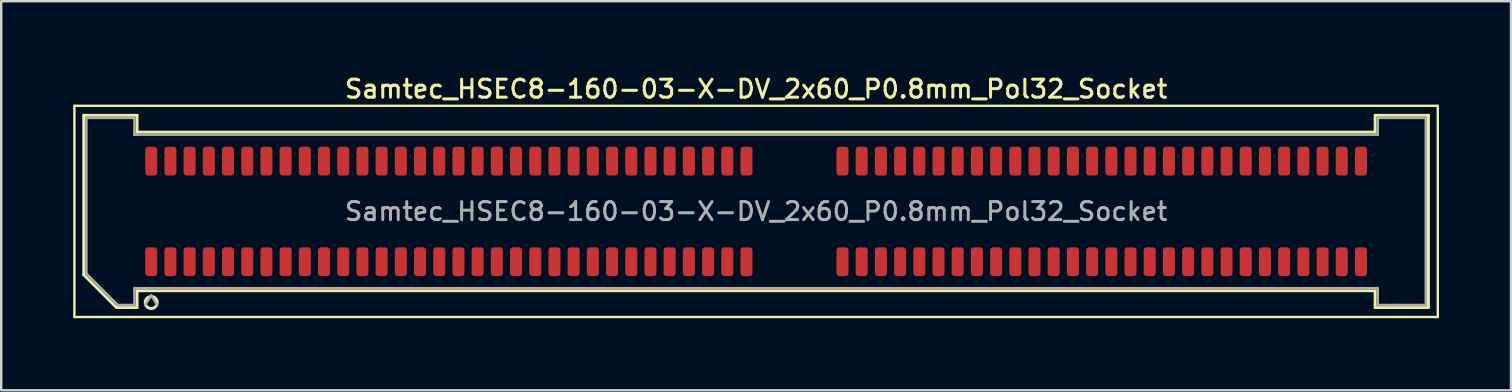
<source format=kicad_pcb>
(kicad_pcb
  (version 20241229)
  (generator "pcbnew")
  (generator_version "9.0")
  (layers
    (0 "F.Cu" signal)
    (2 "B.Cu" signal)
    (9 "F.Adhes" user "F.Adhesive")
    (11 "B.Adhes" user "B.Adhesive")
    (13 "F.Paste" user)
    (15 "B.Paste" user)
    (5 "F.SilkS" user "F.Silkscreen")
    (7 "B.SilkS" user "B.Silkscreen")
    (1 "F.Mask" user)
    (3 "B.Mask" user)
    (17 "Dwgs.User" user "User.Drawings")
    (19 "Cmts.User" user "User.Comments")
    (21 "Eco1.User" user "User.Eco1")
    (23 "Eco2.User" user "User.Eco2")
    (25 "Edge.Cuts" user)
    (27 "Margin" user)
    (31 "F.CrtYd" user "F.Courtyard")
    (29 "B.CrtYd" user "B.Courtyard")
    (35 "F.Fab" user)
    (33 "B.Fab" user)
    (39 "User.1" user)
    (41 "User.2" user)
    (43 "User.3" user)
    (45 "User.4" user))
  (footprint "Samtec_HSEC8-160-03-X-DV_2x60_P0.8mm_Pol32_Socket"
    (layer "F.Cu")
    (at 28.45 5.758)
    (property "Reference" "Samtec_HSEC8-160-03-X-DV_2x60_P0.8mm_Pol32_Socket" (at 0 -5.1 0) (layer "F.SilkS") (effects (font (size 0.75 0.75) (thickness 0.125))))
    (attr smd)
    (fp_line (start -28.4 -4.4) (end -28.4 4.4) (stroke (width 0.1) (type solid)) (layer "F.SilkS"))
    (fp_line (start -28.4 4.4) (end 28.4 4.4) (stroke (width 0.1) (type solid)) (layer "F.SilkS"))
    (fp_line (start -28.01 -4.005) (end -25.79 -4.005) (stroke (width 0.12) (type solid)) (layer "F.SilkS"))
    (fp_line (start -28.01 2.641) (end -28.01 -4.005) (stroke (width 0.12) (type solid)) (layer "F.SilkS"))
    (fp_line (start -26.646 4.005) (end -28.01 2.641) (stroke (width 0.12) (type solid)) (layer "F.SilkS"))
    (fp_line (start -25.79 -4.005) (end -25.79 -3.305) (stroke (width 0.12) (type solid)) (layer "F.SilkS"))
    (fp_line (start -25.79 -3.305) (end 25.79 -3.305) (stroke (width 0.12) (type solid)) (layer "F.SilkS"))
    (fp_line (start -25.79 3.305) (end -25.79 4.005) (stroke (width 0.12) (type solid)) (layer "F.SilkS"))
    (fp_line (start -25.79 4.005) (end -26.646 4.005) (stroke (width 0.12) (type solid)) (layer "F.SilkS"))
    (fp_line (start 25.79 -4.005) (end 28.01 -4.005) (stroke (width 0.12) (type solid)) (layer "F.SilkS"))
    (fp_line (start 25.79 -3.305) (end 25.79 -4.005) (stroke (width 0.12) (type solid)) (layer "F.SilkS"))
    (fp_line (start 25.79 3.305) (end -25.79 3.305) (stroke (width 0.12) (type solid)) (layer "F.SilkS"))
    (fp_line (start 25.79 4.005) (end 25.79 3.305) (stroke (width 0.12) (type solid)) (layer "F.SilkS"))
    (fp_line (start 28.01 -4.005) (end 28.01 4.005) (stroke (width 0.12) (type solid)) (layer "F.SilkS"))
    (fp_line (start 28.01 4.005) (end 25.79 4.005) (stroke (width 0.12) (type solid)) (layer "F.SilkS"))
    (fp_line (start 28.4 -4.4) (end -28.4 -4.4) (stroke (width 0.1) (type solid)) (layer "F.SilkS"))
    (fp_line (start 28.4 4.4) (end 28.4 -4.4) (stroke (width 0.1) (type solid)) (layer "F.SilkS"))
    (fp_arc (start -24.95 3.795) (mid -25.45 3.795) (end -24.95 3.795) (stroke (width 0.12) (type solid)) (layer "F.SilkS"))
    (fp_line (start -27.9 -3.895) (end -25.9 -3.895) (stroke (width 0.1) (type solid)) (layer "F.Fab"))
    (fp_line (start -27.9 2.595) (end -27.9 -3.895) (stroke (width 0.1) (type solid)) (layer "F.Fab"))
    (fp_line (start -26.6 3.895) (end -27.9 2.595) (stroke (width 0.1) (type solid)) (layer "F.Fab"))
    (fp_line (start -25.9 -3.895) (end -25.9 -3.195) (stroke (width 0.1) (type solid)) (layer "F.Fab"))
    (fp_line (start -25.9 -3.195) (end 25.9 -3.195) (stroke (width 0.1) (type solid)) (layer "F.Fab"))
    (fp_line (start -25.9 3.195) (end -25.9 3.895) (stroke (width 0.1) (type solid)) (layer "F.Fab"))
    (fp_line (start -25.9 3.895) (end -26.6 3.895) (stroke (width 0.1) (type solid)) (layer "F.Fab"))
    (fp_line (start -25.2 3.495) (end -25.45 3.895) (stroke (width 0.1) (type solid)) (layer "F.Fab"))
    (fp_line (start -25.2 3.495) (end -24.95 3.895) (stroke (width 0.1) (type solid)) (layer "F.Fab"))
    (fp_line (start 25.9 -3.895) (end 27.9 -3.895) (stroke (width 0.1) (type solid)) (layer "F.Fab"))
    (fp_line (start 25.9 -3.195) (end 25.9 -3.895) (stroke (width 0.1) (type solid)) (layer "F.Fab"))
    (fp_line (start 25.9 3.195) (end -25.9 3.195) (stroke (width 0.1) (type solid)) (layer "F.Fab"))
    (fp_line (start 25.9 3.895) (end 25.9 3.195) (stroke (width 0.1) (type solid)) (layer "F.Fab"))
    (fp_line (start 27.9 -3.895) (end 27.9 3.895) (stroke (width 0.1) (type solid)) (layer "F.Fab"))
    (fp_line (start 27.9 3.895) (end 25.9 3.895) (stroke (width 0.1) (type solid)) (layer "F.Fab"))
    (fp_text user "${REFERENCE}" (at 0 0 0) (layer "F.Fab") (effects (font (size 0.75 0.75) (thickness 0.125))))
    (pad "1" smd roundrect (at -25.2 2.095) (size 0.5 1.2) (layers "F.Cu" "F.Mask" "F.Paste") (roundrect_rratio 0.25))
    (pad "2" smd roundrect (at -25.2 -2.095) (size 0.5 1.2) (layers "F.Cu" "F.Mask" "F.Paste") (roundrect_rratio 0.25))
    (pad "3" smd roundrect (at -24.4 2.095) (size 0.5 1.2) (layers "F.Cu" "F.Mask" "F.Paste") (roundrect_rratio 0.25))
    (pad "4" smd roundrect (at -24.4 -2.095) (size 0.5 1.2) (layers "F.Cu" "F.Mask" "F.Paste") (roundrect_rratio 0.25))
    (pad "5" smd roundrect (at -23.6 2.095) (size 0.5 1.2) (layers "F.Cu" "F.Mask" "F.Paste") (roundrect_rratio 0.25))
    (pad "6" smd roundrect (at -23.6 -2.095) (size 0.5 1.2) (layers "F.Cu" "F.Mask" "F.Paste") (roundrect_rratio 0.25))
    (pad "7" smd roundrect (at -22.8 2.095) (size 0.5 1.2) (layers "F.Cu" "F.Mask" "F.Paste") (roundrect_rratio 0.25))
    (pad "8" smd roundrect (at -22.8 -2.095) (size 0.5 1.2) (layers "F.Cu" "F.Mask" "F.Paste") (roundrect_rratio 0.25))
    (pad "9" smd roundrect (at -22 2.095) (size 0.5 1.2) (layers "F.Cu" "F.Mask" "F.Paste") (roundrect_rratio 0.25))
    (pad "10" smd roundrect (at -22 -2.095) (size 0.5 1.2) (layers "F.Cu" "F.Mask" "F.Paste") (roundrect_rratio 0.25))
    (pad "11" smd roundrect (at -21.2 2.095) (size 0.5 1.2) (layers "F.Cu" "F.Mask" "F.Paste") (roundrect_rratio 0.25))
    (pad "12" smd roundrect (at -21.2 -2.095) (size 0.5 1.2) (layers "F.Cu" "F.Mask" "F.Paste") (roundrect_rratio 0.25))
    (pad "13" smd roundrect (at -20.4 2.095) (size 0.5 1.2) (layers "F.Cu" "F.Mask" "F.Paste") (roundrect_rratio 0.25))
    (pad "14" smd roundrect (at -20.4 -2.095) (size 0.5 1.2) (layers "F.Cu" "F.Mask" "F.Paste") (roundrect_rratio 0.25))
    (pad "15" smd roundrect (at -19.6 2.095) (size 0.5 1.2) (layers "F.Cu" "F.Mask" "F.Paste") (roundrect_rratio 0.25))
    (pad "16" smd roundrect (at -19.6 -2.095) (size 0.5 1.2) (layers "F.Cu" "F.Mask" "F.Paste") (roundrect_rratio 0.25))
    (pad "17" smd roundrect (at -18.8 2.095) (size 0.5 1.2) (layers "F.Cu" "F.Mask" "F.Paste") (roundrect_rratio 0.25))
    (pad "18" smd roundrect (at -18.8 -2.095) (size 0.5 1.2) (layers "F.Cu" "F.Mask" "F.Paste") (roundrect_rratio 0.25))
    (pad "19" smd roundrect (at -18 2.095) (size 0.5 1.2) (layers "F.Cu" "F.Mask" "F.Paste") (roundrect_rratio 0.25))
    (pad "20" smd roundrect (at -18 -2.095) (size 0.5 1.2) (layers "F.Cu" "F.Mask" "F.Paste") (roundrect_rratio 0.25))
    (pad "21" smd roundrect (at -17.2 2.095) (size 0.5 1.2) (layers "F.Cu" "F.Mask" "F.Paste") (roundrect_rratio 0.25))
    (pad "22" smd roundrect (at -17.2 -2.095) (size 0.5 1.2) (layers "F.Cu" "F.Mask" "F.Paste") (roundrect_rratio 0.25))
    (pad "23" smd roundrect (at -16.4 2.095) (size 0.5 1.2) (layers "F.Cu" "F.Mask" "F.Paste") (roundrect_rratio 0.25))
    (pad "24" smd roundrect (at -16.4 -2.095) (size 0.5 1.2) (layers "F.Cu" "F.Mask" "F.Paste") (roundrect_rratio 0.25))
    (pad "25" smd roundrect (at -15.6 2.095) (size 0.5 1.2) (layers "F.Cu" "F.Mask" "F.Paste") (roundrect_rratio 0.25))
    (pad "26" smd roundrect (at -15.6 -2.095) (size 0.5 1.2) (layers "F.Cu" "F.Mask" "F.Paste") (roundrect_rratio 0.25))
    (pad "27" smd roundrect (at -14.8 2.095) (size 0.5 1.2) (layers "F.Cu" "F.Mask" "F.Paste") (roundrect_rratio 0.25))
    (pad "28" smd roundrect (at -14.8 -2.095) (size 0.5 1.2) (layers "F.Cu" "F.Mask" "F.Paste") (roundrect_rratio 0.25))
    (pad "29" smd roundrect (at -14 2.095) (size 0.5 1.2) (layers "F.Cu" "F.Mask" "F.Paste") (roundrect_rratio 0.25))
    (pad "30" smd roundrect (at -14 -2.095) (size 0.5 1.2) (layers "F.Cu" "F.Mask" "F.Paste") (roundrect_rratio 0.25))
    (pad "31" smd roundrect (at -13.2 2.095) (size 0.5 1.2) (layers "F.Cu" "F.Mask" "F.Paste") (roundrect_rratio 0.25))
    (pad "32" smd roundrect (at -13.2 -2.095) (size 0.5 1.2) (layers "F.Cu" "F.Mask" "F.Paste") (roundrect_rratio 0.25))
    (pad "33" smd roundrect (at -12.4 2.095) (size 0.5 1.2) (layers "F.Cu" "F.Mask" "F.Paste") (roundrect_rratio 0.25))
    (pad "34" smd roundrect (at -12.4 -2.095) (size 0.5 1.2) (layers "F.Cu" "F.Mask" "F.Paste") (roundrect_rratio 0.25))
    (pad "35" smd roundrect (at -11.6 2.095) (size 0.5 1.2) (layers "F.Cu" "F.Mask" "F.Paste") (roundrect_rratio 0.25))
    (pad "36" smd roundrect (at -11.6 -2.095) (size 0.5 1.2) (layers "F.Cu" "F.Mask" "F.Paste") (roundrect_rratio 0.25))
    (pad "37" smd roundrect (at -10.8 2.095) (size 0.5 1.2) (layers "F.Cu" "F.Mask" "F.Paste") (roundrect_rratio 0.25))
    (pad "38" smd roundrect (at -10.8 -2.095) (size 0.5 1.2) (layers "F.Cu" "F.Mask" "F.Paste") (roundrect_rratio 0.25))
    (pad "39" smd roundrect (at -10 2.095) (size 0.5 1.2) (layers "F.Cu" "F.Mask" "F.Paste") (roundrect_rratio 0.25))
    (pad "40" smd roundrect (at -10 -2.095) (size 0.5 1.2) (layers "F.Cu" "F.Mask" "F.Paste") (roundrect_rratio 0.25))
    (pad "41" smd roundrect (at -9.2 2.095) (size 0.5 1.2) (layers "F.Cu" "F.Mask" "F.Paste") (roundrect_rratio 0.25))
    (pad "42" smd roundrect (at -9.2 -2.095) (size 0.5 1.2) (layers "F.Cu" "F.Mask" "F.Paste") (roundrect_rratio 0.25))
    (pad "43" smd roundrect (at -8.4 2.095) (size 0.5 1.2) (layers "F.Cu" "F.Mask" "F.Paste") (roundrect_rratio 0.25))
    (pad "44" smd roundrect (at -8.4 -2.095) (size 0.5 1.2) (layers "F.Cu" "F.Mask" "F.Paste") (roundrect_rratio 0.25))
    (pad "45" smd roundrect (at -7.6 2.095) (size 0.5 1.2) (layers "F.Cu" "F.Mask" "F.Paste") (roundrect_rratio 0.25))
    (pad "46" smd roundrect (at -7.6 -2.095) (size 0.5 1.2) (layers "F.Cu" "F.Mask" "F.Paste") (roundrect_rratio 0.25))
    (pad "47" smd roundrect (at -6.8 2.095) (size 0.5 1.2) (layers "F.Cu" "F.Mask" "F.Paste") (roundrect_rratio 0.25))
    (pad "48" smd roundrect (at -6.8 -2.095) (size 0.5 1.2) (layers "F.Cu" "F.Mask" "F.Paste") (roundrect_rratio 0.25))
    (pad "49" smd roundrect (at -6 2.095) (size 0.5 1.2) (layers "F.Cu" "F.Mask" "F.Paste") (roundrect_rratio 0.25))
    (pad "50" smd roundrect (at -6 -2.095) (size 0.5 1.2) (layers "F.Cu" "F.Mask" "F.Paste") (roundrect_rratio 0.25))
    (pad "51" smd roundrect (at -5.2 2.095) (size 0.5 1.2) (layers "F.Cu" "F.Mask" "F.Paste") (roundrect_rratio 0.25))
    (pad "52" smd roundrect (at -5.2 -2.095) (size 0.5 1.2) (layers "F.Cu" "F.Mask" "F.Paste") (roundrect_rratio 0.25))
    (pad "53" smd roundrect (at -4.4 2.095) (size 0.5 1.2) (layers "F.Cu" "F.Mask" "F.Paste") (roundrect_rratio 0.25))
    (pad "54" smd roundrect (at -4.4 -2.095) (size 0.5 1.2) (layers "F.Cu" "F.Mask" "F.Paste") (roundrect_rratio 0.25))
    (pad "55" smd roundrect (at -3.6 2.095) (size 0.5 1.2) (layers "F.Cu" "F.Mask" "F.Paste") (roundrect_rratio 0.25))
    (pad "56" smd roundrect (at -3.6 -2.095) (size 0.5 1.2) (layers "F.Cu" "F.Mask" "F.Paste") (roundrect_rratio 0.25))
    (pad "57" smd roundrect (at -2.8 2.095) (size 0.5 1.2) (layers "F.Cu" "F.Mask" "F.Paste") (roundrect_rratio 0.25))
    (pad "58" smd roundrect (at -2.8 -2.095) (size 0.5 1.2) (layers "F.Cu" "F.Mask" "F.Paste") (roundrect_rratio 0.25))
    (pad "59" smd roundrect (at -2 2.095) (size 0.5 1.2) (layers "F.Cu" "F.Mask" "F.Paste") (roundrect_rratio 0.25))
    (pad "60" smd roundrect (at -2 -2.095) (size 0.5 1.2) (layers "F.Cu" "F.Mask" "F.Paste") (roundrect_rratio 0.25))
    (pad "61" smd roundrect (at -1.2 2.095) (size 0.5 1.2) (layers "F.Cu" "F.Mask" "F.Paste") (roundrect_rratio 0.25))
    (pad "62" smd roundrect (at -1.2 -2.095) (size 0.5 1.2) (layers "F.Cu" "F.Mask" "F.Paste") (roundrect_rratio 0.25))
    (pad "63" smd roundrect (at -0.4 2.095) (size 0.5 1.2) (layers "F.Cu" "F.Mask" "F.Paste") (roundrect_rratio 0.25))
    (pad "64" smd roundrect (at -0.4 -2.095) (size 0.5 1.2) (layers "F.Cu" "F.Mask" "F.Paste") (roundrect_rratio 0.25))
    (pad "65" smd roundrect (at 3.6 2.095) (size 0.5 1.2) (layers "F.Cu" "F.Mask" "F.Paste") (roundrect_rratio 0.25))
    (pad "66" smd roundrect (at 3.6 -2.095) (size 0.5 1.2) (layers "F.Cu" "F.Mask" "F.Paste") (roundrect_rratio 0.25))
    (pad "67" smd roundrect (at 4.4 2.095) (size 0.5 1.2) (layers "F.Cu" "F.Mask" "F.Paste") (roundrect_rratio 0.25))
    (pad "68" smd roundrect (at 4.4 -2.095) (size 0.5 1.2) (layers "F.Cu" "F.Mask" "F.Paste") (roundrect_rratio 0.25))
    (pad "69" smd roundrect (at 5.2 2.095) (size 0.5 1.2) (layers "F.Cu" "F.Mask" "F.Paste") (roundrect_rratio 0.25))
    (pad "70" smd roundrect (at 5.2 -2.095) (size 0.5 1.2) (layers "F.Cu" "F.Mask" "F.Paste") (roundrect_rratio 0.25))
    (pad "71" smd roundrect (at 6 2.095) (size 0.5 1.2) (layers "F.Cu" "F.Mask" "F.Paste") (roundrect_rratio 0.25))
    (pad "72" smd roundrect (at 6 -2.095) (size 0.5 1.2) (layers "F.Cu" "F.Mask" "F.Paste") (roundrect_rratio 0.25))
    (pad "73" smd roundrect (at 6.8 2.095) (size 0.5 1.2) (layers "F.Cu" "F.Mask" "F.Paste") (roundrect_rratio 0.25))
    (pad "74" smd roundrect (at 6.8 -2.095) (size 0.5 1.2) (layers "F.Cu" "F.Mask" "F.Paste") (roundrect_rratio 0.25))
    (pad "75" smd roundrect (at 7.6 2.095) (size 0.5 1.2) (layers "F.Cu" "F.Mask" "F.Paste") (roundrect_rratio 0.25))
    (pad "76" smd roundrect (at 7.6 -2.095) (size 0.5 1.2) (layers "F.Cu" "F.Mask" "F.Paste") (roundrect_rratio 0.25))
    (pad "77" smd roundrect (at 8.4 2.095) (size 0.5 1.2) (layers "F.Cu" "F.Mask" "F.Paste") (roundrect_rratio 0.25))
    (pad "78" smd roundrect (at 8.4 -2.095) (size 0.5 1.2) (layers "F.Cu" "F.Mask" "F.Paste") (roundrect_rratio 0.25))
    (pad "79" smd roundrect (at 9.2 2.095) (size 0.5 1.2) (layers "F.Cu" "F.Mask" "F.Paste") (roundrect_rratio 0.25))
    (pad "80" smd roundrect (at 9.2 -2.095) (size 0.5 1.2) (layers "F.Cu" "F.Mask" "F.Paste") (roundrect_rratio 0.25))
    (pad "81" smd roundrect (at 10 2.095) (size 0.5 1.2) (layers "F.Cu" "F.Mask" "F.Paste") (roundrect_rratio 0.25))
    (pad "82" smd roundrect (at 10 -2.095) (size 0.5 1.2) (layers "F.Cu" "F.Mask" "F.Paste") (roundrect_rratio 0.25))
    (pad "83" smd roundrect (at 10.8 2.095) (size 0.5 1.2) (layers "F.Cu" "F.Mask" "F.Paste") (roundrect_rratio 0.25))
    (pad "84" smd roundrect (at 10.8 -2.095) (size 0.5 1.2) (layers "F.Cu" "F.Mask" "F.Paste") (roundrect_rratio 0.25))
    (pad "85" smd roundrect (at 11.6 2.095) (size 0.5 1.2) (layers "F.Cu" "F.Mask" "F.Paste") (roundrect_rratio 0.25))
    (pad "86" smd roundrect (at 11.6 -2.095) (size 0.5 1.2) (layers "F.Cu" "F.Mask" "F.Paste") (roundrect_rratio 0.25))
    (pad "87" smd roundrect (at 12.4 2.095) (size 0.5 1.2) (layers "F.Cu" "F.Mask" "F.Paste") (roundrect_rratio 0.25))
    (pad "88" smd roundrect (at 12.4 -2.095) (size 0.5 1.2) (layers "F.Cu" "F.Mask" "F.Paste") (roundrect_rratio 0.25))
    (pad "89" smd roundrect (at 13.2 2.095) (size 0.5 1.2) (layers "F.Cu" "F.Mask" "F.Paste") (roundrect_rratio 0.25))
    (pad "90" smd roundrect (at 13.2 -2.095) (size 0.5 1.2) (layers "F.Cu" "F.Mask" "F.Paste") (roundrect_rratio 0.25))
    (pad "91" smd roundrect (at 14 2.095) (size 0.5 1.2) (layers "F.Cu" "F.Mask" "F.Paste") (roundrect_rratio 0.25))
    (pad "92" smd roundrect (at 14 -2.095) (size 0.5 1.2) (layers "F.Cu" "F.Mask" "F.Paste") (roundrect_rratio 0.25))
    (pad "93" smd roundrect (at 14.8 2.095) (size 0.5 1.2) (layers "F.Cu" "F.Mask" "F.Paste") (roundrect_rratio 0.25))
    (pad "94" smd roundrect (at 14.8 -2.095) (size 0.5 1.2) (layers "F.Cu" "F.Mask" "F.Paste") (roundrect_rratio 0.25))
    (pad "95" smd roundrect (at 15.6 2.095) (size 0.5 1.2) (layers "F.Cu" "F.Mask" "F.Paste") (roundrect_rratio 0.25))
    (pad "96" smd roundrect (at 15.6 -2.095) (size 0.5 1.2) (layers "F.Cu" "F.Mask" "F.Paste") (roundrect_rratio 0.25))
    (pad "97" smd roundrect (at 16.4 2.095) (size 0.5 1.2) (layers "F.Cu" "F.Mask" "F.Paste") (roundrect_rratio 0.25))
    (pad "98" smd roundrect (at 16.4 -2.095) (size 0.5 1.2) (layers "F.Cu" "F.Mask" "F.Paste") (roundrect_rratio 0.25))
    (pad "99" smd roundrect (at 17.2 2.095) (size 0.5 1.2) (layers "F.Cu" "F.Mask" "F.Paste") (roundrect_rratio 0.25))
    (pad "100" smd roundrect (at 17.2 -2.095) (size 0.5 1.2) (layers "F.Cu" "F.Mask" "F.Paste") (roundrect_rratio 0.25))
    (pad "101" smd roundrect (at 18 2.095) (size 0.5 1.2) (layers "F.Cu" "F.Mask" "F.Paste") (roundrect_rratio 0.25))
    (pad "102" smd roundrect (at 18 -2.095) (size 0.5 1.2) (layers "F.Cu" "F.Mask" "F.Paste") (roundrect_rratio 0.25))
    (pad "103" smd roundrect (at 18.8 2.095) (size 0.5 1.2) (layers "F.Cu" "F.Mask" "F.Paste") (roundrect_rratio 0.25))
    (pad "104" smd roundrect (at 18.8 -2.095) (size 0.5 1.2) (layers "F.Cu" "F.Mask" "F.Paste") (roundrect_rratio 0.25))
    (pad "105" smd roundrect (at 19.6 2.095) (size 0.5 1.2) (layers "F.Cu" "F.Mask" "F.Paste") (roundrect_rratio 0.25))
    (pad "106" smd roundrect (at 19.6 -2.095) (size 0.5 1.2) (layers "F.Cu" "F.Mask" "F.Paste") (roundrect_rratio 0.25))
    (pad "107" smd roundrect (at 20.4 2.095) (size 0.5 1.2) (layers "F.Cu" "F.Mask" "F.Paste") (roundrect_rratio 0.25))
    (pad "108" smd roundrect (at 20.4 -2.095) (size 0.5 1.2) (layers "F.Cu" "F.Mask" "F.Paste") (roundrect_rratio 0.25))
    (pad "109" smd roundrect (at 21.2 2.095) (size 0.5 1.2) (layers "F.Cu" "F.Mask" "F.Paste") (roundrect_rratio 0.25))
    (pad "110" smd roundrect (at 21.2 -2.095) (size 0.5 1.2) (layers "F.Cu" "F.Mask" "F.Paste") (roundrect_rratio 0.25))
    (pad "111" smd roundrect (at 22 2.095) (size 0.5 1.2) (layers "F.Cu" "F.Mask" "F.Paste") (roundrect_rratio 0.25))
    (pad "112" smd roundrect (at 22 -2.095) (size 0.5 1.2) (layers "F.Cu" "F.Mask" "F.Paste") (roundrect_rratio 0.25))
    (pad "113" smd roundrect (at 22.8 2.095) (size 0.5 1.2) (layers "F.Cu" "F.Mask" "F.Paste") (roundrect_rratio 0.25))
    (pad "114" smd roundrect (at 22.8 -2.095) (size 0.5 1.2) (layers "F.Cu" "F.Mask" "F.Paste") (roundrect_rratio 0.25))
    (pad "115" smd roundrect (at 23.6 2.095) (size 0.5 1.2) (layers "F.Cu" "F.Mask" "F.Paste") (roundrect_rratio 0.25))
    (pad "116" smd roundrect (at 23.6 -2.095) (size 0.5 1.2) (layers "F.Cu" "F.Mask" "F.Paste") (roundrect_rratio 0.25))
    (pad "117" smd roundrect (at 24.4 2.095) (size 0.5 1.2) (layers "F.Cu" "F.Mask" "F.Paste") (roundrect_rratio 0.25))
    (pad "118" smd roundrect (at 24.4 -2.095) (size 0.5 1.2) (layers "F.Cu" "F.Mask" "F.Paste") (roundrect_rratio 0.25))
    (pad "119" smd roundrect (at 25.2 2.095) (size 0.5 1.2) (layers "F.Cu" "F.Mask" "F.Paste") (roundrect_rratio 0.25))
    (pad "120" smd roundrect (at 25.2 -2.095) (size 0.5 1.2) (layers "F.Cu" "F.Mask" "F.Paste") (roundrect_rratio 0.25)))
  (gr_rect
    (start -3 -3)
    (end 59.9 13.208)
    (stroke (width 0.1) (type default))
    (fill no)
    (layer "Edge.Cuts")))
</source>
